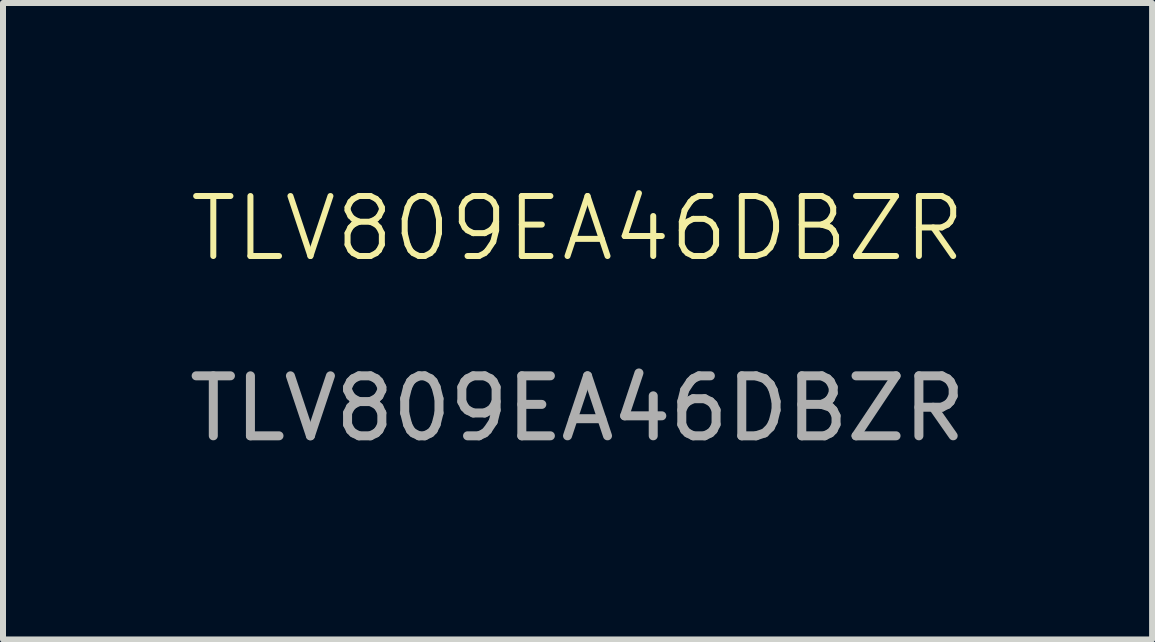
<source format=kicad_pcb>
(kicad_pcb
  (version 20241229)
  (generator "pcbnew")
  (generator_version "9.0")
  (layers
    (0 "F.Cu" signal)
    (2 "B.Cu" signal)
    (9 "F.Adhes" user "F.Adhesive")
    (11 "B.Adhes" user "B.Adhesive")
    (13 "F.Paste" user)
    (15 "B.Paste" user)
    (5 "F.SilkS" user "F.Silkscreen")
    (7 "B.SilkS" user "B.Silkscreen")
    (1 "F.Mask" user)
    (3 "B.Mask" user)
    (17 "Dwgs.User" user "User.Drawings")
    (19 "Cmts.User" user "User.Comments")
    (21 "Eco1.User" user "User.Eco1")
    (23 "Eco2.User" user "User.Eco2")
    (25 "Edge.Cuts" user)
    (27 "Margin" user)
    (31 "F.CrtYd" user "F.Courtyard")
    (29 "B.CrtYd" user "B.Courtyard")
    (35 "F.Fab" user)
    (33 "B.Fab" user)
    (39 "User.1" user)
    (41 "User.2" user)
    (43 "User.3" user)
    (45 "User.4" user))
  (footprint "TLV809EA46DBZR"
    (layer "F.Cu")
    (at 6.577 1.26)
    (property "Reference" "TLV809EA46DBZR" (at 0 -0.5 0) (unlocked yes) (layer "F.SilkS") (effects (font (size 1 1) (thickness 0.1))))
    (attr smd)
    (fp_text user "${REFERENCE}" (at 0 2.5 0) (unlocked yes) (layer "F.Fab") (effects (font (size 1 1) (thickness 0.15)))))
  (gr_rect
    (start -3 -3)
    (end 16.155 7.609)
    (stroke (width 0.1) (type default))
    (fill no)
    (layer "Edge.Cuts")))
</source>
